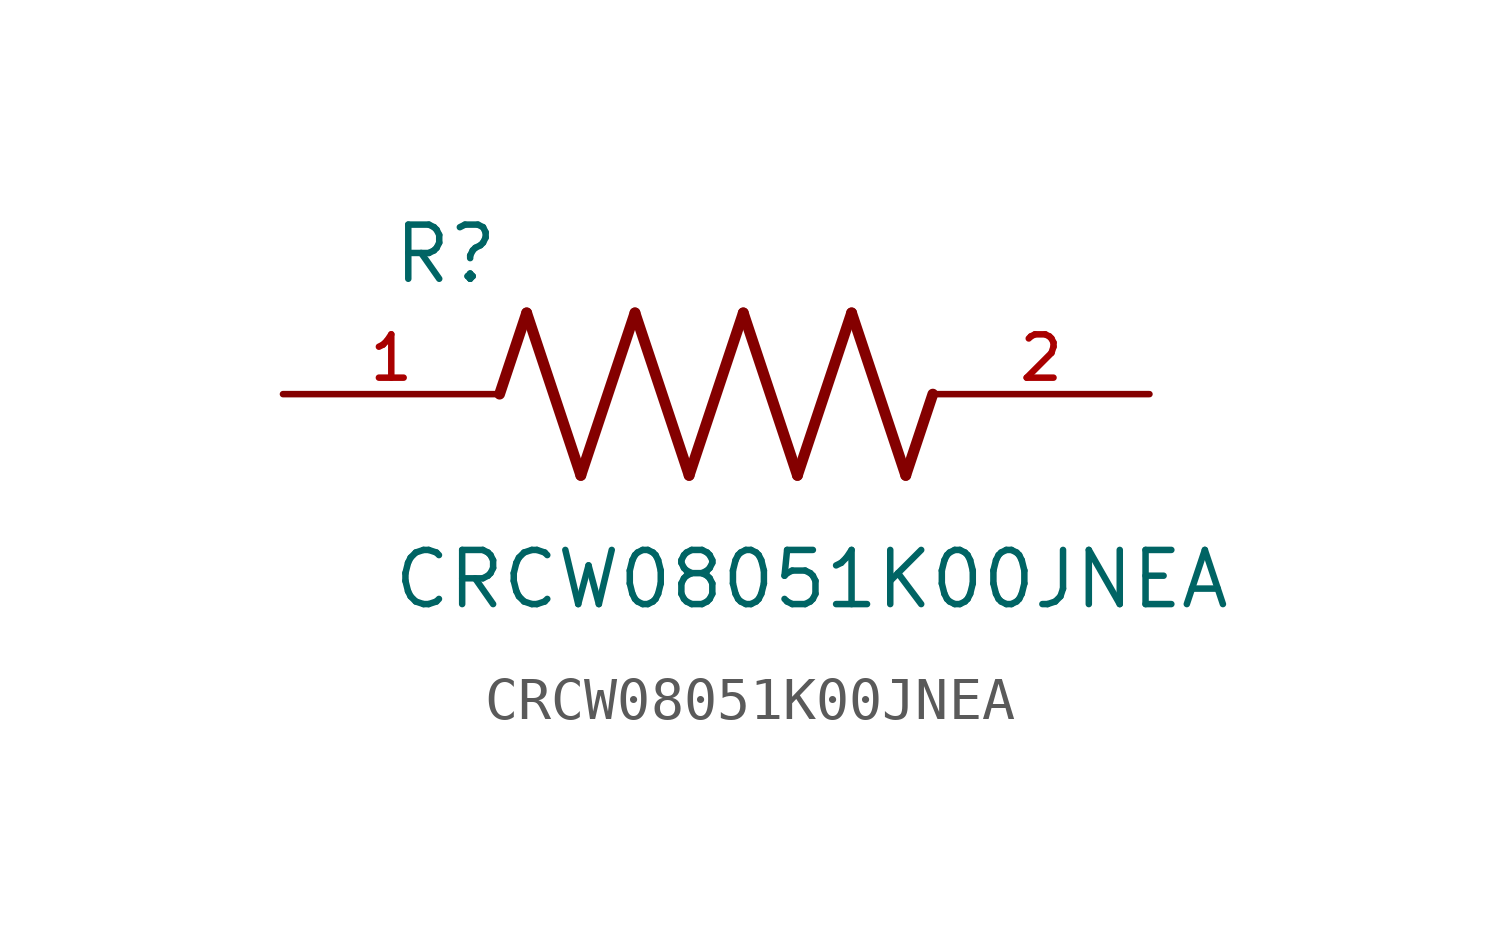
<source format=kicad_sym>
(kicad_symbol_lib
  (version 20231120)
  (generator "kicad_symbol_editor")
  (generator_version "8.0")
  (symbol "CRCW08051K00JNEA"
    (pin_names
      (offset 1.016))
    (property "Reference" "R"
      (at -7.624 2.542 0)
      (effects (font (size 1.27 1.27)) (justify left bottom)))
    (property "Value" "CRCW08051K00JNEA "
      (at -7.63 -5.087 0)
      (effects (font (size 1.27 1.27)) (justify left bottom)))
    (symbol "CRCW08051K00JNEA_0_0"
      (polyline (pts (xy -5.08 0) (xy -4.445 1.905)) (stroke (width 0.254) (type default)) (fill (type none)))
      (polyline (pts (xy -4.445 1.905) (xy -3.175 -1.905)) (stroke (width 0.254) (type default)) (fill (type none)))
      (polyline (pts (xy -3.175 -1.905) (xy -1.905 1.905)) (stroke (width 0.254) (type default)) (fill (type none)))
      (polyline (pts (xy -1.905 1.905) (xy -0.635 -1.905)) (stroke (width 0.254) (type default)) (fill (type none)))
      (polyline (pts (xy -0.635 -1.905) (xy 0.635 1.905)) (stroke (width 0.254) (type default)) (fill (type none)))
      (polyline (pts (xy 0.635 1.905) (xy 1.905 -1.905)) (stroke (width 0.254) (type default)) (fill (type none)))
      (polyline (pts (xy 1.905 -1.905) (xy 3.175 1.905)) (stroke (width 0.254) (type default)) (fill (type none)))
      (polyline (pts (xy 3.175 1.905) (xy 4.445 -1.905)) (stroke (width 0.254) (type default)) (fill (type none)))
      (polyline (pts (xy 4.445 -1.905) (xy 5.08 0)) (stroke (width 0.254) (type default)) (fill (type none)))
      (pin passive line (at -10.16 0 0) (length 5.08) (name "~" (effects (font (size 1.016 1.016)))) (number "1" (effects (font (size 1.016 1.016)))))
      (pin passive line (at 10.16 0 180) (length 5.08) (name "~" (effects (font (size 1.016 1.016)))) (number "2" (effects (font (size 1.016 1.016))))))))
</source>
